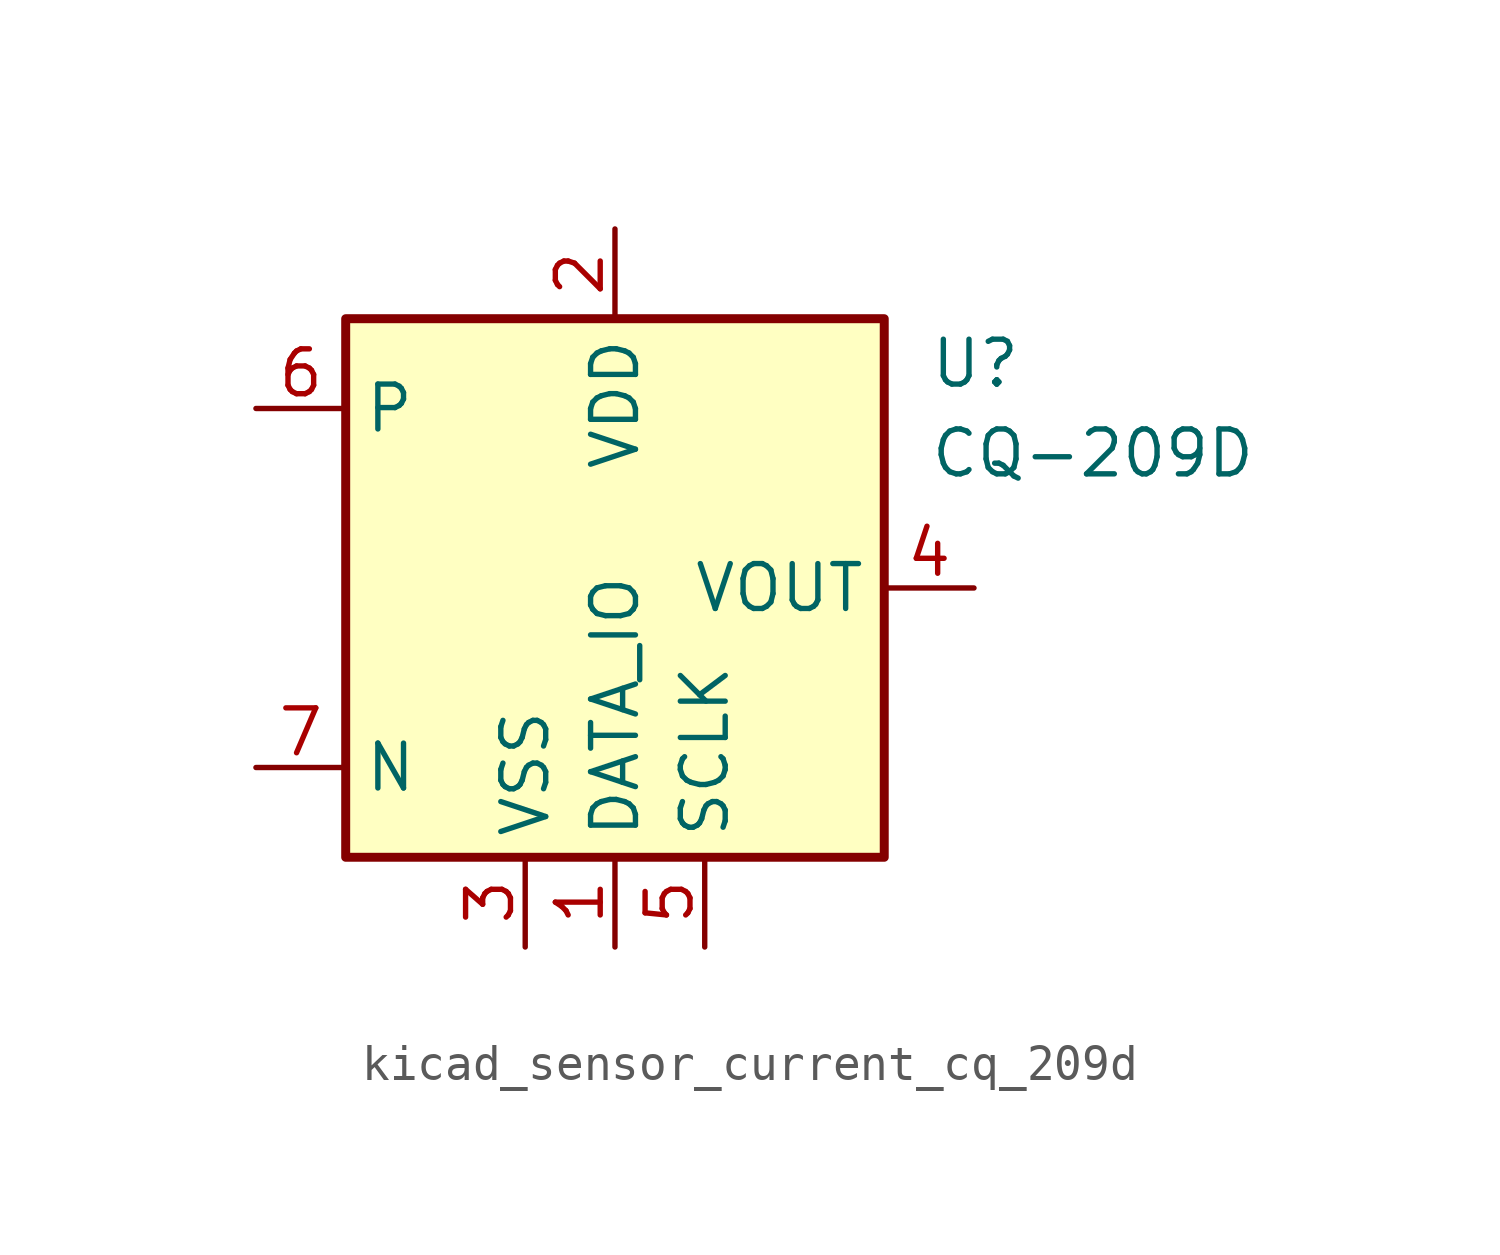
<source format=kicad_sym>
(kicad_symbol_lib
  (version 20220914)
  (generator kicad_symbol_editor)
  (symbol "kicad_sensor_current_cq_209d"
    (property "Reference" "U"
      (at 8.89 6.35 0)
      (effects (font (size 1.27 1.27)) (justify left)))
    (property "Value" "CQ-209D"
      (at 8.89 3.81 0)
      (effects (font (size 1.27 1.27)) (justify left)))
    (symbol "kicad_sensor_current_cq_209d_0_1"
      (rectangle (start -7.62 7.62) (end 7.62 -7.62) (stroke (width 0.254) (type default)) (fill (type background))))
    (symbol "kicad_sensor_current_cq_209d_1_1"
      (pin power_in line (at 0 -10.16 90) (length 2.54) (name "DATA_IO" (effects (font (size 1.27 1.27)))) (number "1" (effects (font (size 1.27 1.27)))))
      (pin power_in line (at 0 10.16 270) (length 2.54) (name "VDD" (effects (font (size 1.27 1.27)))) (number "2" (effects (font (size 1.27 1.27)))))
      (pin power_in line (at -2.54 -10.16 90) (length 2.54) (name "VSS" (effects (font (size 1.27 1.27)))) (number "3" (effects (font (size 1.27 1.27)))))
      (pin output line (at 10.16 0 180) (length 2.54) (name "VOUT" (effects (font (size 1.27 1.27)))) (number "4" (effects (font (size 1.27 1.27)))))
      (pin power_in line (at 2.54 -10.16 90) (length 2.54) (name "SCLK" (effects (font (size 1.27 1.27)))) (number "5" (effects (font (size 1.27 1.27)))))
      (pin passive line (at -10.16 5.08 0) (length 2.54) (name "P" (effects (font (size 1.27 1.27)))) (number "6" (effects (font (size 1.27 1.27)))))
      (pin passive line (at -10.16 -5.08 0) (length 2.54) (name "N" (effects (font (size 1.27 1.27)))) (number "7" (effects (font (size 1.27 1.27))))))))
</source>
